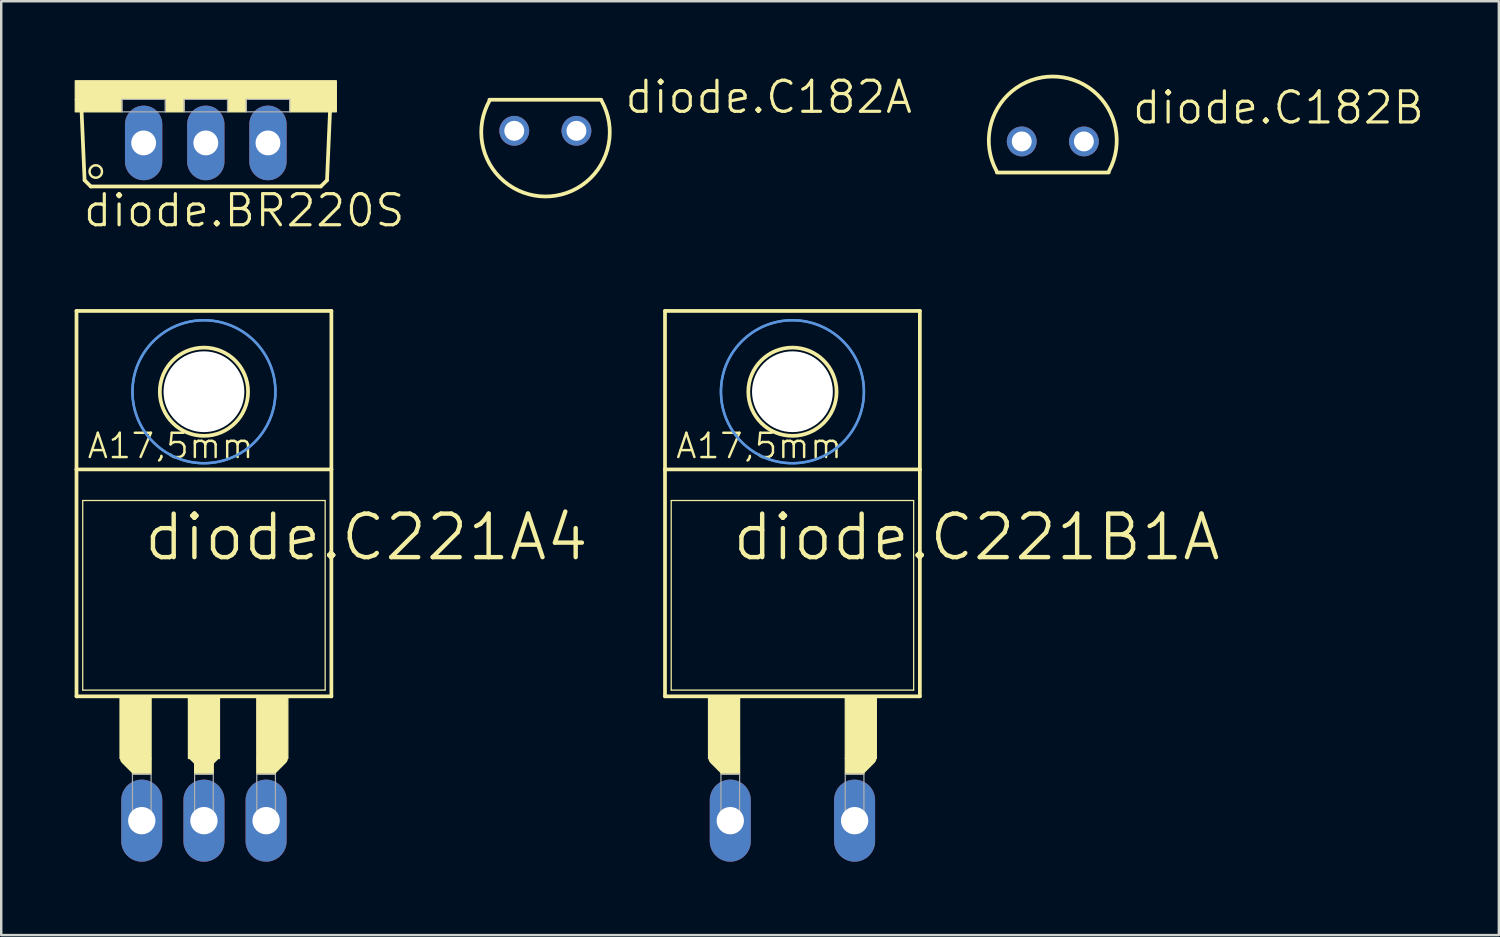
<source format=kicad_pcb>
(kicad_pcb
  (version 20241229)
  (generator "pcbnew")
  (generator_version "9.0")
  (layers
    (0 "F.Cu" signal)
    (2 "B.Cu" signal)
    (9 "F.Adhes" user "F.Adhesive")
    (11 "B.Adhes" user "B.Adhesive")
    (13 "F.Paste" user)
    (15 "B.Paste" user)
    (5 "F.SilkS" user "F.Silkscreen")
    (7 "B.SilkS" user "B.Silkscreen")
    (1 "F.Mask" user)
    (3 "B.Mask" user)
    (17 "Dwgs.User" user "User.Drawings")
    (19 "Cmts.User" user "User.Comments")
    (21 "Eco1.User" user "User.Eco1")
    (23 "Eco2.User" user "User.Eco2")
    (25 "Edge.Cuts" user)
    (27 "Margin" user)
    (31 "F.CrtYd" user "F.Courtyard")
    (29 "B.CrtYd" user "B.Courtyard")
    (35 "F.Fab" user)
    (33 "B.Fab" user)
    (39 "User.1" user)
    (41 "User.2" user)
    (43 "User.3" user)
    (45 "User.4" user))
  (footprint "diode.C221A4"
    (layer "F.Cu")
    (at 5.283 24.132)
    (property "Reference" "diode.C221A4" (at -2.54 -4.191 0) (layer "F.SilkS") (effects (font (size 1.778 1.778) (thickness 0.18)) (justify left bottom)))
    (attr through_hole)
    (fp_line (start -5.207 -8.001) (end -5.207 -14.478) (stroke (width 0.152) (type default)) (layer "F.SilkS"))
    (fp_line (start -5.207 1.27) (end -5.207 -8.001) (stroke (width 0.152) (type default)) (layer "F.SilkS"))
    (fp_line (start -5.207 1.27) (end 5.207 1.27) (stroke (width 0.152) (type default)) (layer "F.SilkS"))
    (fp_line (start -4.953 -6.731) (end -4.953 1.016) (stroke (width 0.051) (type default)) (layer "F.SilkS"))
    (fp_line (start -2.794 4.191) (end -3.175 3.81) (stroke (width 0.508) (type default)) (layer "F.SilkS"))
    (fp_line (start 0 4.064) (end -0.381 3.683) (stroke (width 0.508) (type default)) (layer "F.SilkS"))
    (fp_line (start 0.381 3.683) (end 0 4.064) (stroke (width 0.508) (type default)) (layer "F.SilkS"))
    (fp_line (start 3.175 3.81) (end 2.794 4.191) (stroke (width 0.508) (type default)) (layer "F.SilkS"))
    (fp_line (start 4.953 -6.731) (end -4.953 -6.731) (stroke (width 0.051) (type default)) (layer "F.SilkS"))
    (fp_line (start 4.953 -6.731) (end 4.953 1.016) (stroke (width 0.051) (type default)) (layer "F.SilkS"))
    (fp_line (start 4.953 1.016) (end -4.953 1.016) (stroke (width 0.051) (type default)) (layer "F.SilkS"))
    (fp_line (start 5.207 -14.478) (end -5.207 -14.478) (stroke (width 0.152) (type default)) (layer "F.SilkS"))
    (fp_line (start 5.207 -8.001) (end -5.207 -8.001) (stroke (width 0.152) (type default)) (layer "F.SilkS"))
    (fp_line (start 5.207 -8.001) (end 5.207 -14.478) (stroke (width 0.152) (type default)) (layer "F.SilkS"))
    (fp_line (start 5.207 1.27) (end 5.207 -8.001) (stroke (width 0.152) (type default)) (layer "F.SilkS"))
    (fp_rect (start -3.429 3.81) (end -2.159 1.27) (stroke (width 0.05) (type default)) (fill yes) (layer "F.SilkS"))
    (fp_rect (start -2.921 4.445) (end -2.159 3.81) (stroke (width 0.05) (type default)) (fill yes) (layer "F.SilkS"))
    (fp_rect (start -0.635 3.81) (end 0.635 1.27) (stroke (width 0.05) (type default)) (fill yes) (layer "F.SilkS"))
    (fp_rect (start -0.381 4.445) (end 0.381 3.81) (stroke (width 0.05) (type default)) (fill yes) (layer "F.SilkS"))
    (fp_rect (start 2.159 3.81) (end 3.429 1.27) (stroke (width 0.05) (type default)) (fill yes) (layer "F.SilkS"))
    (fp_rect (start 2.159 4.445) (end 2.921 3.81) (stroke (width 0.05) (type default)) (fill yes) (layer "F.SilkS"))
    (fp_circle (center 0 -11.176) (end 1.803 -11.176) (stroke (width 0.152) (type default)) (fill no) (layer "F.SilkS"))
    (fp_circle (center 0 -11.176) (end 2.921 -11.176) (stroke (width 0.1) (type default)) (fill no) (layer "Cmts.User"))
    (fp_circle (center 0 -11.176) (end 2.921 -11.176) (stroke (width 0.1) (type default)) (fill no) (layer "Cmts.User"))
    (fp_rect (start -2.921 6.35) (end -2.159 4.445) (stroke (width 0.05) (type default)) (fill no) (layer "F.Fab"))
    (fp_rect (start -0.381 6.35) (end 0.381 4.445) (stroke (width 0.05) (type default)) (fill no) (layer "F.Fab"))
    (fp_rect (start 2.159 6.35) (end 2.921 4.445) (stroke (width 0.05) (type default)) (fill no) (layer "F.Fab"))
    (fp_text user "A17,5mm" (at -4.826 -8.382 0) (layer "F.SilkS") (effects (font (size 0.991 0.991) (thickness 0.1)) (justify left bottom)))
    (pad "" np_thru_hole circle (at 0 -11.176) (size 3.302 3.302) (drill 3.302) (layers "*.Cu" "*.Mask"))
    (pad "A1" thru_hole oval (at -2.54 6.35 90) (size 3.353 1.676) (drill 1.118) (layers "*.Cu" "*.Mask"))
    (pad "A2" thru_hole oval (at 2.54 6.35 90) (size 3.353 1.676) (drill 1.118) (layers "*.Cu" "*.Mask"))
    (pad "C" thru_hole oval (at 0 6.35 90) (size 3.353 1.676) (drill 1.118) (layers "*.Cu" "*.Mask")))
  (footprint "diode.C221B1A"
    (layer "F.Cu")
    (at 29.329 24.132)
    (property "Reference" "diode.C221B1A" (at -2.54 -4.191 0) (layer "F.SilkS") (effects (font (size 1.778 1.778) (thickness 0.18)) (justify left bottom)))
    (attr through_hole)
    (fp_line (start -5.207 -8.001) (end -5.207 -14.478) (stroke (width 0.152) (type default)) (layer "F.SilkS"))
    (fp_line (start -5.207 1.27) (end -5.207 -8.001) (stroke (width 0.152) (type default)) (layer "F.SilkS"))
    (fp_line (start -5.207 1.27) (end 5.207 1.27) (stroke (width 0.152) (type default)) (layer "F.SilkS"))
    (fp_line (start -4.953 -6.731) (end -4.953 1.016) (stroke (width 0.051) (type default)) (layer "F.SilkS"))
    (fp_line (start -2.794 4.191) (end -3.175 3.81) (stroke (width 0.508) (type default)) (layer "F.SilkS"))
    (fp_line (start 3.175 3.81) (end 2.794 4.191) (stroke (width 0.508) (type default)) (layer "F.SilkS"))
    (fp_line (start 4.953 -6.731) (end -4.953 -6.731) (stroke (width 0.051) (type default)) (layer "F.SilkS"))
    (fp_line (start 4.953 -6.731) (end 4.953 1.016) (stroke (width 0.051) (type default)) (layer "F.SilkS"))
    (fp_line (start 4.953 1.016) (end -4.953 1.016) (stroke (width 0.051) (type default)) (layer "F.SilkS"))
    (fp_line (start 5.207 -14.478) (end -5.207 -14.478) (stroke (width 0.152) (type default)) (layer "F.SilkS"))
    (fp_line (start 5.207 -8.001) (end -5.207 -8.001) (stroke (width 0.152) (type default)) (layer "F.SilkS"))
    (fp_line (start 5.207 -8.001) (end 5.207 -14.478) (stroke (width 0.152) (type default)) (layer "F.SilkS"))
    (fp_line (start 5.207 1.27) (end 5.207 -8.001) (stroke (width 0.152) (type default)) (layer "F.SilkS"))
    (fp_rect (start -3.429 3.81) (end -2.159 1.27) (stroke (width 0.05) (type default)) (fill yes) (layer "F.SilkS"))
    (fp_rect (start -2.921 4.445) (end -2.159 3.81) (stroke (width 0.05) (type default)) (fill yes) (layer "F.SilkS"))
    (fp_rect (start 2.159 3.81) (end 3.429 1.27) (stroke (width 0.05) (type default)) (fill yes) (layer "F.SilkS"))
    (fp_rect (start 2.159 4.445) (end 2.921 3.81) (stroke (width 0.05) (type default)) (fill yes) (layer "F.SilkS"))
    (fp_circle (center 0 -11.176) (end 1.803 -11.176) (stroke (width 0.152) (type default)) (fill no) (layer "F.SilkS"))
    (fp_circle (center 0 -11.176) (end 2.921 -11.176) (stroke (width 0.1) (type default)) (fill no) (layer "Cmts.User"))
    (fp_circle (center 0 -11.176) (end 2.921 -11.176) (stroke (width 0.1) (type default)) (fill no) (layer "Cmts.User"))
    (fp_rect (start -2.921 6.35) (end -2.159 4.445) (stroke (width 0.05) (type default)) (fill no) (layer "F.Fab"))
    (fp_rect (start 2.159 6.35) (end 2.921 4.445) (stroke (width 0.05) (type default)) (fill no) (layer "F.Fab"))
    (fp_text user "A17,5mm" (at -4.826 -8.382 0) (layer "F.SilkS") (effects (font (size 0.991 0.991) (thickness 0.1)) (justify left bottom)))
    (pad "" np_thru_hole circle (at 0 -11.176) (size 3.302 3.302) (drill 3.302) (layers "*.Cu" "*.Mask"))
    (pad "A" thru_hole oval (at 2.54 6.35 90) (size 3.353 1.676) (drill 1.118) (layers "*.Cu" "*.Mask"))
    (pad "C" thru_hole oval (at -2.54 6.35 90) (size 3.353 1.676) (drill 1.118) (layers "*.Cu" "*.Mask")))
  (footprint "diode.BR220S"
    (layer "F.Cu")
    (at 5.359 0.25)
    (property "Reference" "diode.BR220S" (at -5.08 6.045 0) (layer "F.SilkS") (effects (font (size 1.27 1.27) (thickness 0.13)) (justify left bottom)))
    (attr through_hole)
    (fp_line (start -4.953 4.064) (end -5.08 1.143) (stroke (width 0.152) (type default)) (layer "F.SilkS"))
    (fp_line (start -4.953 4.064) (end -4.699 4.318) (stroke (width 0.152) (type default)) (layer "F.SilkS"))
    (fp_line (start 4.699 4.318) (end -4.699 4.318) (stroke (width 0.152) (type default)) (layer "F.SilkS"))
    (fp_line (start 4.699 4.318) (end 4.953 4.064) (stroke (width 0.152) (type default)) (layer "F.SilkS"))
    (fp_line (start 5.08 1.143) (end 4.953 4.064) (stroke (width 0.152) (type default)) (layer "F.SilkS"))
    (fp_rect (start -5.334 0.762) (end 5.334 0) (stroke (width 0.05) (type default)) (fill yes) (layer "F.SilkS"))
    (fp_rect (start -5.334 1.27) (end -3.429 0.762) (stroke (width 0.05) (type default)) (fill yes) (layer "F.SilkS"))
    (fp_rect (start -1.651 1.27) (end -0.889 0.762) (stroke (width 0.05) (type default)) (fill yes) (layer "F.SilkS"))
    (fp_rect (start 0.889 1.27) (end 1.651 0.762) (stroke (width 0.05) (type default)) (fill yes) (layer "F.SilkS"))
    (fp_rect (start 3.429 1.27) (end 5.334 0.762) (stroke (width 0.05) (type default)) (fill yes) (layer "F.SilkS"))
    (fp_circle (center -4.496 3.708) (end -4.242 3.708) (stroke (width 0.1) (type default)) (fill no) (layer "F.SilkS"))
    (fp_rect (start -3.429 1.27) (end -1.651 0.762) (stroke (width 0.05) (type default)) (fill no) (layer "F.Fab"))
    (fp_rect (start -0.889 1.27) (end 0.889 0.762) (stroke (width 0.05) (type default)) (fill no) (layer "F.Fab"))
    (fp_rect (start 1.651 1.27) (end 3.429 0.762) (stroke (width 0.05) (type default)) (fill no) (layer "F.Fab"))
    (pad "T1" thru_hole oval (at -2.54 2.54 90) (size 3.048 1.524) (drill 1.016) (layers "*.Cu" "*.Mask"))
    (pad "T2" thru_hole oval (at 0 2.54 90) (size 3.048 1.524) (drill 1.016) (layers "*.Cu" "*.Mask"))
    (pad "T3" thru_hole oval (at 2.54 2.54 90) (size 3.048 1.524) (drill 1.016) (layers "*.Cu" "*.Mask")))
  (footprint "diode.C182B"
    (layer "F.Cu")
    (at 39.968 2.729)
    (property "Reference" "diode.C182B" (at 3.175 -0.635 0) (layer "F.SilkS") (effects (font (size 1.27 1.27) (thickness 0.13)) (justify left bottom)))
    (attr through_hole)
    (fp_line (start -2.286 1.27) (end 2.286 1.27) (stroke (width 0.152) (type default)) (layer "F.SilkS"))
    (fp_arc (start -2.29938 1.207254) (mid -0.005772 -2.652499) (end 2.299999 1.2) (stroke (width 0.1524) (type default)) (layer "F.SilkS"))
    (pad "A" thru_hole circle (at 1.27 0) (size 1.219 1.219) (drill 0.813) (layers "*.Cu" "*.Mask"))
    (pad "C" thru_hole circle (at -1.27 0) (size 1.219 1.219) (drill 0.813) (layers "*.Cu" "*.Mask")))
  (footprint "diode.C182A"
    (layer "F.Cu")
    (at 19.233 2.295)
    (property "Reference" "diode.C182A" (at 3.175 -0.635 0) (layer "F.SilkS") (effects (font (size 1.27 1.27) (thickness 0.13)) (justify left bottom)))
    (attr through_hole)
    (fp_line (start 2.286 -1.27) (end -2.286 -1.27) (stroke (width 0.152) (type default)) (layer "F.SilkS"))
    (fp_arc (start 2.3 -1.222097) (mid -0.009646 2.683575) (end -2.269441 -1.25115) (stroke (width 0.1524) (type default)) (layer "F.SilkS"))
    (pad "A" thru_hole circle (at 1.27 0) (size 1.219 1.219) (drill 0.813) (layers "*.Cu" "*.Mask"))
    (pad "C" thru_hole circle (at -1.27 0) (size 1.219 1.219) (drill 0.813) (layers "*.Cu" "*.Mask")))
  (gr_rect
    (start -3 -3)
    (end 58.193 35.158)
    (stroke (width 0.1) (type default))
    (fill no)
    (layer "Edge.Cuts")))
</source>
